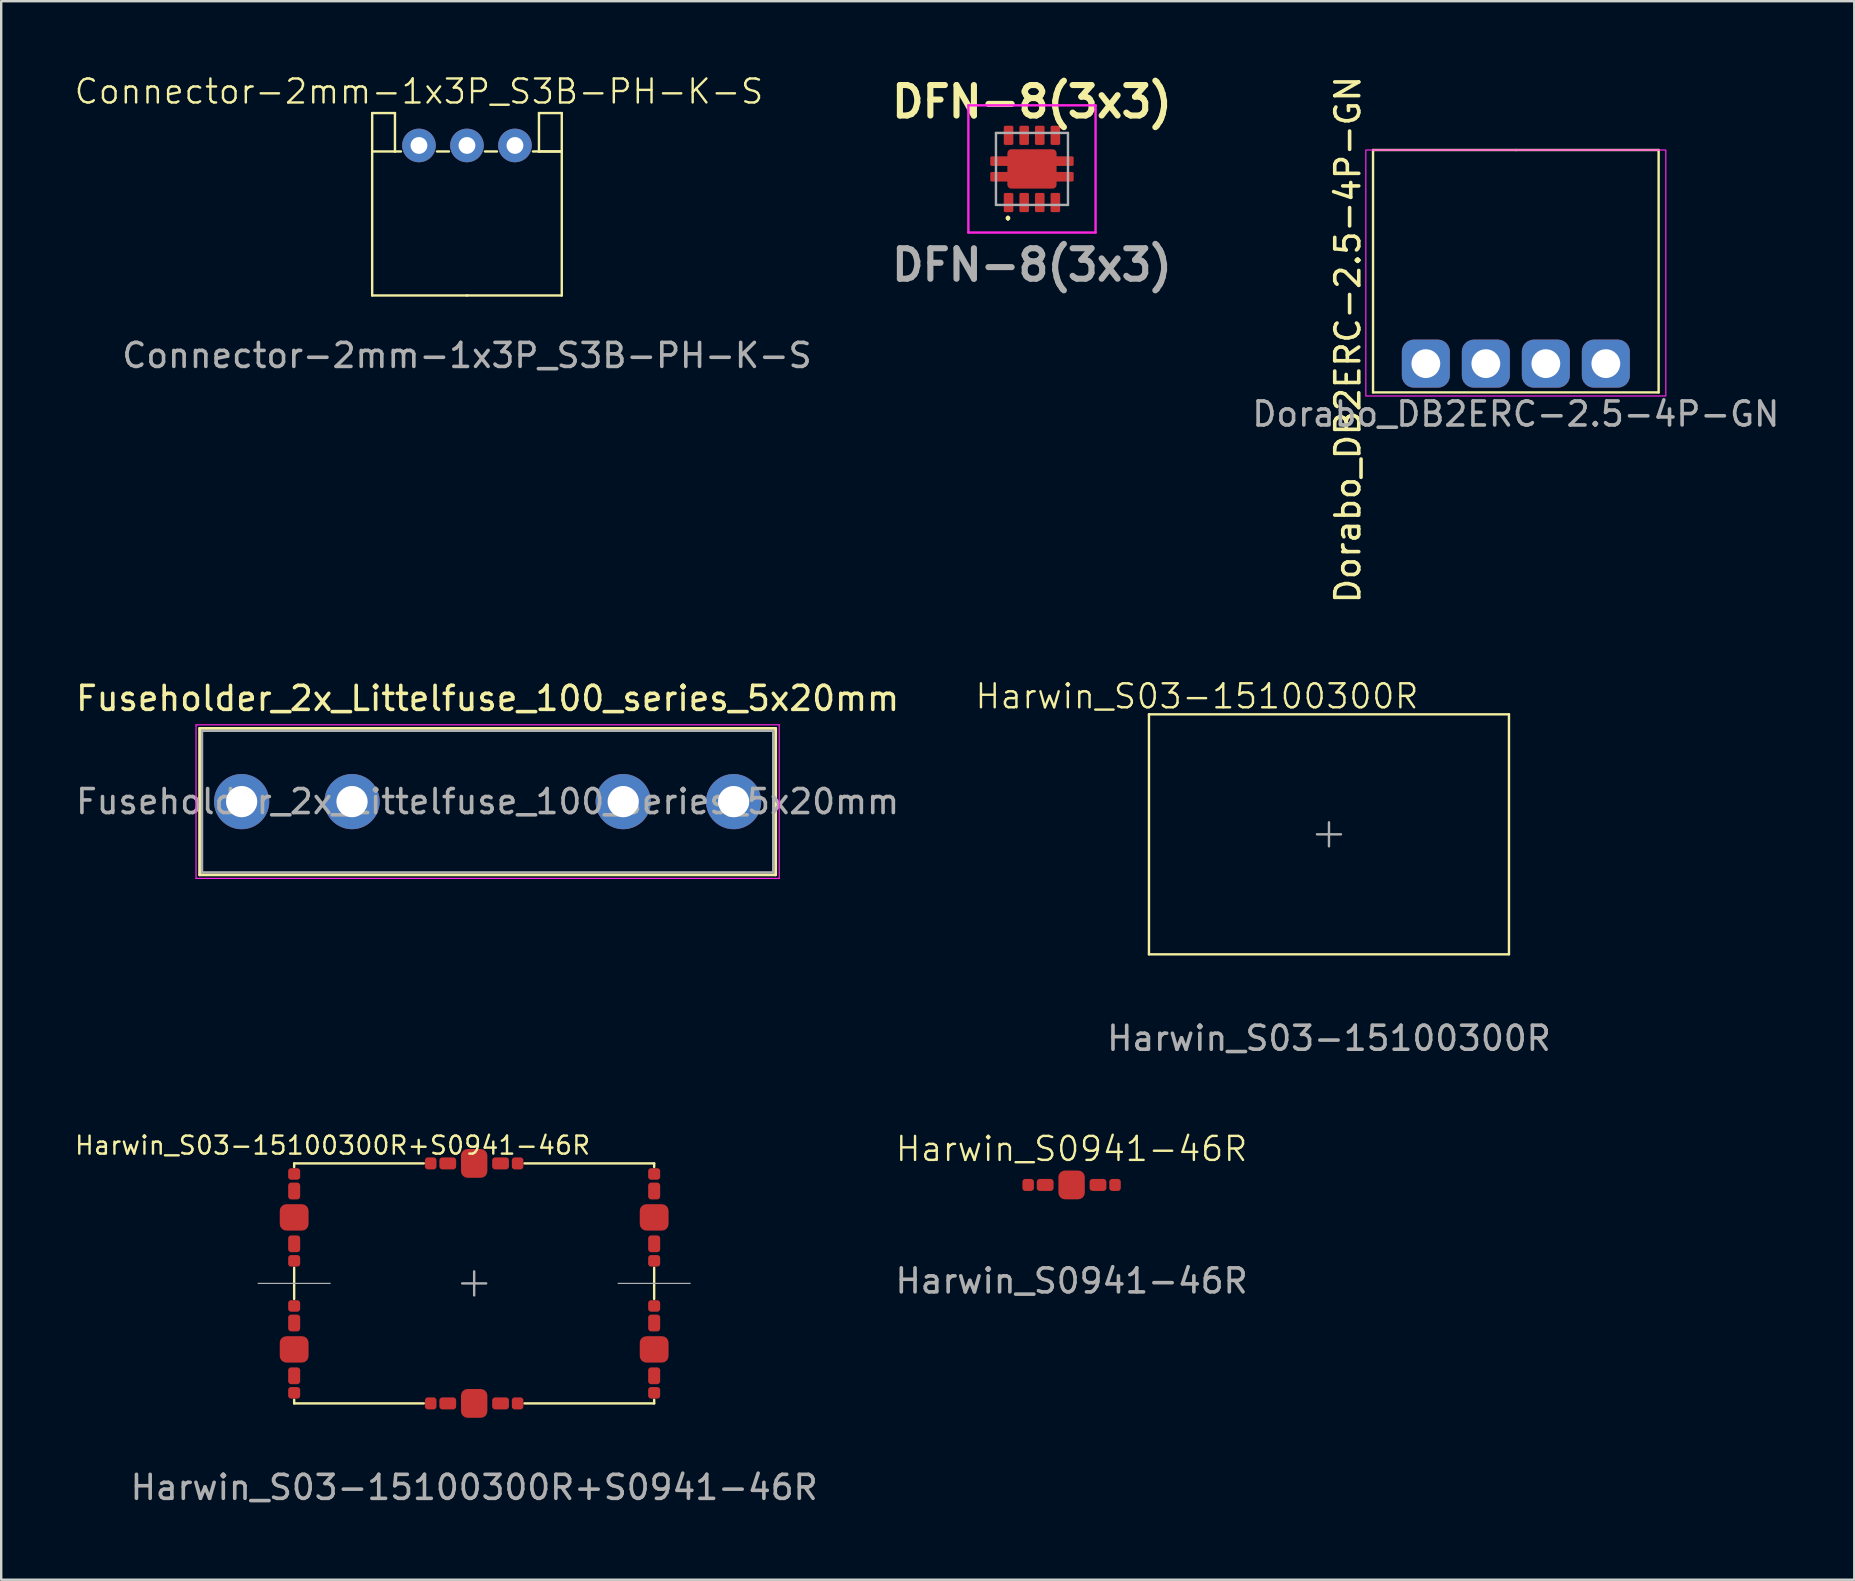
<source format=kicad_pcb>
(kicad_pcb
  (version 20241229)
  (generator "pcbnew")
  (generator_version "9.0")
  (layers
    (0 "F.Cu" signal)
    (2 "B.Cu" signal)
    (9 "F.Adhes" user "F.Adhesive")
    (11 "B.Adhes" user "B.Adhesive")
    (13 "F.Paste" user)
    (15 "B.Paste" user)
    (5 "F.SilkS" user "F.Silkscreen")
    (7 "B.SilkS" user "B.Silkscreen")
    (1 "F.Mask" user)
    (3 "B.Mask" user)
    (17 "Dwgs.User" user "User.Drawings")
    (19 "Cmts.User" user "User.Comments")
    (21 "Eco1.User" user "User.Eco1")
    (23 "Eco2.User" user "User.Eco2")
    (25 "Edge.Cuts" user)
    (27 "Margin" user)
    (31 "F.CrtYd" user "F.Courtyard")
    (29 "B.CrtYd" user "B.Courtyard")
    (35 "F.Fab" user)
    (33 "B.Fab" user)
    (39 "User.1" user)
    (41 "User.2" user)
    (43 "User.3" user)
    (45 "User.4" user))
  (footprint "Harwin_S0941-46R"
    (layer "F.Cu")
    (at 41.6 46.322)
    (property "Reference" "Harwin_S0941-46R" (at 0 -1.5 0) (unlocked yes) (layer "F.SilkS") (effects (font (size 1 1) (thickness 0.1))))
    (attr smd)
    (fp_text user "${REFERENCE}" (at 0 4 0) (unlocked yes) (layer "F.Fab") (effects (font (size 1 1) (thickness 0.15))))
    (pad "1" smd roundrect (at -1.81 0) (size 0.48 0.5) (layers "F.Cu" "F.Mask" "F.Paste") (roundrect_rratio 0.25))
    (pad "1" smd roundrect (at -1.1 0) (size 0.7 0.5) (layers "F.Cu" "F.Mask" "F.Paste") (roundrect_rratio 0.25))
    (pad "1" smd roundrect (at 0 0 90) (size 1.2 1.1) (layers "F.Cu" "F.Mask" "F.Paste") (roundrect_rratio 0.25))
    (pad "1" smd roundrect (at 1.1 0) (size 0.7 0.5) (layers "F.Cu" "F.Mask" "F.Paste") (roundrect_rratio 0.25))
    (pad "1" smd roundrect (at 1.81 0) (size 0.48 0.5) (layers "F.Cu" "F.Mask" "F.Paste") (roundrect_rratio 0.25)))
  (footprint "Harwin_S03-15100300R"
    (layer "F.Cu")
    (at 52.324 31.713)
    (property "Reference" "Harwin_S03-15100300R" (at -5.5 -5.75 0) (unlocked yes) (layer "F.SilkS") (effects (font (size 1 1) (thickness 0.1))))
    (attr smd)
    (fp_line (start -7.5 -5) (end -7.5 5) (stroke (width 0.1) (type default)) (layer "F.SilkS"))
    (fp_line (start -7.5 -5) (end 7.5 -5) (stroke (width 0.1) (type default)) (layer "F.SilkS"))
    (fp_line (start -7.5 5) (end 7.5 5) (stroke (width 0.1) (type default)) (layer "F.SilkS"))
    (fp_line (start 7.5 -5) (end 7.5 5) (stroke (width 0.1) (type default)) (layer "F.SilkS"))
    (fp_line (start -0.5 0) (end 0.5 0) (stroke (width 0.1) (type default)) (layer "F.Fab"))
    (fp_line (start 0 -0.5) (end 0 0.5) (stroke (width 0.1) (type default)) (layer "F.Fab"))
    (fp_text user "${REFERENCE}" (at 0 8.5 0) (unlocked yes) (layer "F.Fab") (effects (font (size 1 1) (thickness 0.15)))))
  (footprint "Fuseholder_2x_Littelfuse_100_series_5x20mm"
    (layer "F.Cu")
    (at 7.018 30.351)
    (property "Reference" "Fuseholder_2x_Littelfuse_100_series_5x20mm" (at 10.25 -4.3 0) (unlocked yes) (layer "F.SilkS") (effects (font (size 1 1) (thickness 0.15))))
    (attr through_hole)
    (fp_line (start -1.75 -3.05) (end 22.25 -3.05) (stroke (width 0.12) (type solid)) (layer "F.SilkS"))
    (fp_line (start -1.75 3.05) (end -1.75 -3.05) (stroke (width 0.12) (type solid)) (layer "F.SilkS"))
    (fp_line (start 22.25 -3.05) (end 22.25 3.05) (stroke (width 0.12) (type solid)) (layer "F.SilkS"))
    (fp_line (start 22.25 3.05) (end -1.75 3.05) (stroke (width 0.12) (type solid)) (layer "F.SilkS"))
    (fp_line (start -1.9 -3.2) (end 22.4 -3.2) (stroke (width 0.05) (type solid)) (layer "F.CrtYd"))
    (fp_line (start -1.9 3.2) (end -1.9 -3.2) (stroke (width 0.05) (type solid)) (layer "F.CrtYd"))
    (fp_line (start 22.4 -3.2) (end 22.4 3.2) (stroke (width 0.05) (type solid)) (layer "F.CrtYd"))
    (fp_line (start 22.4 3.2) (end -1.9 3.2) (stroke (width 0.05) (type solid)) (layer "F.CrtYd"))
    (fp_line (start -1.65 -2.95) (end 22.15 -2.95) (stroke (width 0.1) (type solid)) (layer "F.Fab"))
    (fp_line (start -1.65 2.95) (end -1.65 -2.95) (stroke (width 0.1) (type solid)) (layer "F.Fab"))
    (fp_line (start 22.15 -2.95) (end 22.15 2.95) (stroke (width 0.1) (type solid)) (layer "F.Fab"))
    (fp_line (start 22.15 2.95) (end -1.65 2.95) (stroke (width 0.1) (type solid)) (layer "F.Fab"))
    (fp_text user "${REFERENCE}" (at 10.25 0 0) (unlocked yes) (layer "F.Fab") (effects (font (size 1 1) (thickness 0.15))))
    (pad "1" thru_hole circle (at 0 0) (size 2.3 2.3) (drill 1.3) (layers "*.Cu" "*.Mask"))
    (pad "1" thru_hole circle (at 4.6 0) (size 2.3 2.3) (drill 1.3) (layers "*.Cu" "*.Mask"))
    (pad "2" thru_hole circle (at 15.9 0) (size 2.3 2.3) (drill 1.3) (layers "*.Cu" "*.Mask"))
    (pad "2" thru_hole circle (at 20.5 0) (size 2.3 2.3) (drill 1.3) (layers "*.Cu" "*.Mask")))
  (footprint "DFN-8(3x3)"
    (layer "F.Cu")
    (at 39.949 3.989)
    (property "Reference" "DFN-8(3x3)" (at 0 -2.8 0) (layer "F.SilkS") (effects (font (size 1.27 1.27) (thickness 0.254))))
    (attr smd)
    (fp_line (start -1 2) (end -1 2) (stroke (width 0.1) (type solid)) (layer "F.SilkS"))
    (fp_line (start -1 2.1) (end -1 2.1) (stroke (width 0.1) (type solid)) (layer "F.SilkS"))
    (fp_arc (start -1 2) (mid -0.95 2.05) (end -1 2.1) (stroke (width 0.1) (type solid)) (layer "F.SilkS"))
    (fp_arc (start -1 2.1) (mid -1.05 2.05) (end -1 2) (stroke (width 0.1) (type solid)) (layer "F.SilkS"))
    (fp_rect (start -0.825 -0.7) (end -0.125 -0.15) (stroke (width 0.1) (type solid)) (fill yes) (layer "F.Paste"))
    (fp_rect (start -0.825 0.15) (end -0.125 0.7) (stroke (width 0.1) (type solid)) (fill yes) (layer "F.Paste"))
    (fp_rect (start 0.125 -0.7) (end 0.825 -0.15) (stroke (width 0.1) (type solid)) (fill yes) (layer "F.Paste"))
    (fp_rect (start 0.125 0.15) (end 0.825 0.7) (stroke (width 0.1) (type solid)) (fill yes) (layer "F.Paste"))
    (fp_line (start -2.65 -2.65) (end 2.65 -2.65) (stroke (width 0.1) (type solid)) (layer "F.CrtYd"))
    (fp_line (start -2.65 2.65) (end -2.65 -2.65) (stroke (width 0.1) (type solid)) (layer "F.CrtYd"))
    (fp_line (start 2.65 -2.65) (end 2.65 2.65) (stroke (width 0.1) (type solid)) (layer "F.CrtYd"))
    (fp_line (start 2.65 2.65) (end -2.65 2.65) (stroke (width 0.1) (type solid)) (layer "F.CrtYd"))
    (fp_line (start -1.5 -1.5) (end 1.5 -1.5) (stroke (width 0.1) (type solid)) (layer "F.Fab"))
    (fp_line (start -1.5 1.5) (end -1.5 -1.5) (stroke (width 0.1) (type solid)) (layer "F.Fab"))
    (fp_line (start 1.5 -1.5) (end 1.5 1.5) (stroke (width 0.1) (type solid)) (layer "F.Fab"))
    (fp_line (start 1.5 1.5) (end -1.5 1.5) (stroke (width 0.1) (type solid)) (layer "F.Fab"))
    (fp_text user "${REFERENCE}" (at 0 4 0) (layer "F.Fab") (effects (font (size 1.27 1.27) (thickness 0.254))))
    (pad "1" smd roundrect (at -0.975 1.4) (size 0.4 0.8) (layers "F.Cu" "F.Mask" "F.Paste") (roundrect_rratio 0.15))
    (pad "2" smd roundrect (at -0.325 1.4) (size 0.4 0.8) (layers "F.Cu" "F.Mask" "F.Paste") (roundrect_rratio 0.15))
    (pad "3" smd roundrect (at 0.325 1.4) (size 0.4 0.8) (layers "F.Cu" "F.Mask" "F.Paste") (roundrect_rratio 0.15))
    (pad "4" smd roundrect (at 0.975 1.4) (size 0.4 0.8) (layers "F.Cu" "F.Mask" "F.Paste") (roundrect_rratio 0.15))
    (pad "5" smd roundrect (at 0.975 -1.4) (size 0.4 0.8) (layers "F.Cu" "F.Mask" "F.Paste") (roundrect_rratio 0.15))
    (pad "6" smd roundrect (at 0.325 -1.4) (size 0.4 0.8) (layers "F.Cu" "F.Mask" "F.Paste") (roundrect_rratio 0.15))
    (pad "7" smd roundrect (at -0.325 -1.4) (size 0.4 0.8) (layers "F.Cu" "F.Mask" "F.Paste") (roundrect_rratio 0.15))
    (pad "8" smd roundrect (at -0.975 -1.4) (size 0.4 0.8) (layers "F.Cu" "F.Mask" "F.Paste") (roundrect_rratio 0.15))
    (pad "EP" smd roundrect (at -1.338 -0.325 90) (size 0.4 0.8) (layers "F.Cu" "F.Mask" "F.Paste") (roundrect_rratio 0.15))
    (pad "EP" smd roundrect (at -1.338 0.325 90) (size 0.4 0.8) (layers "F.Cu" "F.Mask" "F.Paste") (roundrect_rratio 0.15))
    (pad "EP" smd roundrect (at 0 0 90) (size 1.64 2.05) (layers "F.Cu" "F.Mask") (roundrect_rratio 0.1))
    (pad "EP" smd roundrect (at 1.338 -0.325 90) (size 0.4 0.8) (layers "F.Cu" "F.Mask" "F.Paste") (roundrect_rratio 0.15))
    (pad "EP" smd roundrect (at 1.338 0.325 90) (size 0.4 0.8) (layers "F.Cu" "F.Mask" "F.Paste") (roundrect_rratio 0.15)))
  (footprint "Dorabo_DB2ERC-2.5-4P-GN"
    (layer "F.Cu")
    (at 60.11 3.201)
    (property "Reference" "Dorabo_DB2ERC-2.5-4P-GN" (at -7 7.9 90) (unlocked yes) (layer "F.SilkS") (effects (font (size 1 1) (thickness 0.15))))
    (attr through_hole)
    (fp_line (start -5.95 0) (end -5.95 10.1) (stroke (width 0.1) (type default)) (layer "F.SilkS"))
    (fp_line (start -5.95 10.1) (end 5.95 10.1) (stroke (width 0.1) (type default)) (layer "F.SilkS"))
    (fp_line (start 0 0) (end -5.95 0) (stroke (width 0.1) (type default)) (layer "F.SilkS"))
    (fp_line (start 0 0) (end 5.95 0) (stroke (width 0.1) (type default)) (layer "F.SilkS"))
    (fp_line (start 5.95 0) (end 5.95 10.1) (stroke (width 0.1) (type default)) (layer "F.SilkS"))
    (fp_rect (start -6.25 0) (end 6.25 10.25) (stroke (width 0.05) (type default)) (fill no) (layer "F.CrtYd"))
    (fp_text user "${REFERENCE}" (at 0 11 0) (unlocked yes) (layer "F.Fab") (effects (font (size 1 1) (thickness 0.15))))
    (pad "1" thru_hole roundrect (at -3.75 8.9) (size 2 2) (drill 1.2) (layers "*.Cu" "*.Mask") (roundrect_rratio 0.25))
    (pad "2" thru_hole roundrect (at -1.25 8.9) (size 2 2) (drill 1.2) (layers "*.Cu" "*.Mask") (roundrect_rratio 0.25))
    (pad "3" thru_hole roundrect (at 1.25 8.9) (size 2 2) (drill 1.2) (layers "*.Cu" "*.Mask") (roundrect_rratio 0.25))
    (pad "4" thru_hole roundrect (at 3.75 8.9) (size 2 2) (drill 1.2) (layers "*.Cu" "*.Mask") (roundrect_rratio 0.25)))
  (footprint "Connector-2mm-1x3P_S3B-PH-K-S"
    (layer "F.Cu")
    (at 16.407 9.261)
    (property "Reference" "Connector-2mm-1x3P_S3B-PH-K-S" (at -2 -8.5 0) (unlocked yes) (layer "F.SilkS") (effects (font (size 1 1) (thickness 0.1))))
    (attr through_hole)
    (fp_line (start -3.95 -7.6) (end -3 -7.6) (stroke (width 0.1) (type default)) (layer "F.SilkS"))
    (fp_line (start -3.95 -6) (end -3.95 -7.6) (stroke (width 0.1) (type default)) (layer "F.SilkS"))
    (fp_line (start -3.95 0) (end -3.95 -6) (stroke (width 0.1) (type default)) (layer "F.SilkS"))
    (fp_line (start -3 -7.6) (end -3 -6) (stroke (width 0.1) (type default)) (layer "F.SilkS"))
    (fp_line (start -3 -6) (end -3.95 -6) (stroke (width 0.1) (type default)) (layer "F.SilkS"))
    (fp_line (start -3 -6) (end -2.75 -6) (stroke (width 0.1) (type default)) (layer "F.SilkS"))
    (fp_line (start -0.75 -6) (end -1.25 -6) (stroke (width 0.1) (type default)) (layer "F.SilkS"))
    (fp_line (start 0 0) (end -3.95 0) (stroke (width 0.1) (type default)) (layer "F.SilkS"))
    (fp_line (start 0 0) (end 3.95 0) (stroke (width 0.1) (type default)) (layer "F.SilkS"))
    (fp_line (start 1.25 -6) (end 0.75 -6) (stroke (width 0.1) (type default)) (layer "F.SilkS"))
    (fp_line (start 3 -7.6) (end 3.95 -7.6) (stroke (width 0.1) (type default)) (layer "F.SilkS"))
    (fp_line (start 3 -6) (end 2.75 -6) (stroke (width 0.1) (type default)) (layer "F.SilkS"))
    (fp_line (start 3 -6) (end 3 -7.6) (stroke (width 0.1) (type default)) (layer "F.SilkS"))
    (fp_line (start 3 -6) (end 3.95 -6) (stroke (width 0.1) (type default)) (layer "F.SilkS"))
    (fp_line (start 3.95 -6) (end 3 -6) (stroke (width 0.1) (type default)) (layer "F.SilkS"))
    (fp_line (start 3.95 -6) (end 3.95 -7.6) (stroke (width 0.1) (type default)) (layer "F.SilkS"))
    (fp_line (start 3.95 0) (end 3.95 -6) (stroke (width 0.1) (type default)) (layer "F.SilkS"))
    (fp_text user "${REFERENCE}" (at 0 2.5 0) (unlocked yes) (layer "F.Fab") (effects (font (size 1 1) (thickness 0.15))))
    (pad "1" thru_hole circle (at -2 -6.25) (size 1.4 1.4) (drill 0.7) (layers "*.Cu" "*.Mask"))
    (pad "2" thru_hole circle (at 0 -6.25) (size 1.4 1.4) (drill 0.7) (layers "*.Cu" "*.Mask"))
    (pad "3" thru_hole circle (at 2 -6.25) (size 1.4 1.4) (drill 0.7) (layers "*.Cu" "*.Mask")))
  (footprint "Harwin_S03-15100300R+S0941-46R"
    (layer "F.Cu")
    (at 16.707 50.425)
    (property "Reference" "Harwin_S03-15100300R+S0941-46R" (at -5.9 -5.75 0) (unlocked yes) (layer "F.SilkS") (effects (font (size 0.75 0.75) (thickness 0.1))))
    (attr smd)
    (fp_line (start -7.5 -5) (end -7.5 -4.85) (stroke (width 0.1) (type default)) (layer "F.SilkS"))
    (fp_line (start -7.5 -0.65) (end -7.5 0.65) (stroke (width 0.1) (type default)) (layer "F.SilkS"))
    (fp_line (start -7.5 5) (end -7.5 4.85) (stroke (width 0.1) (type default)) (layer "F.SilkS"))
    (fp_line (start -2.1 -5) (end -7.5 -5) (stroke (width 0.1) (type default)) (layer "F.SilkS"))
    (fp_line (start -2.1 5) (end -7.5 5) (stroke (width 0.1) (type default)) (layer "F.SilkS"))
    (fp_line (start 2.1 -5) (end 7.5 -5) (stroke (width 0.1) (type default)) (layer "F.SilkS"))
    (fp_line (start 7.5 -5) (end 7.5 -4.85) (stroke (width 0.1) (type default)) (layer "F.SilkS"))
    (fp_line (start 7.5 -0.65) (end 7.5 0.65) (stroke (width 0.1) (type default)) (layer "F.SilkS"))
    (fp_line (start 7.5 5) (end 2.1 5) (stroke (width 0.1) (type default)) (layer "F.SilkS"))
    (fp_line (start 7.5 5) (end 7.5 4.85) (stroke (width 0.1) (type default)) (layer "F.SilkS"))
    (fp_line (start -9 0) (end -6 0) (stroke (width 0.05) (type default)) (layer "F.Fab"))
    (fp_line (start -0.5 0) (end 0.5 0) (stroke (width 0.1) (type default)) (layer "F.Fab"))
    (fp_line (start 0 -0.5) (end 0 0.5) (stroke (width 0.1) (type default)) (layer "F.Fab"))
    (fp_line (start 6 0) (end 9 0) (stroke (width 0.05) (type default)) (layer "F.Fab"))
    (fp_line (start -7.5 -5) (end -7.5 5) (stroke (width 0.1) (type default)) (layer "User.1"))
    (fp_line (start -7.5 -5) (end 7.5 -5) (stroke (width 0.1) (type default)) (layer "User.1"))
    (fp_line (start -7.5 5) (end 7.5 5) (stroke (width 0.1) (type default)) (layer "User.1"))
    (fp_line (start 7.5 -5) (end 7.5 5) (stroke (width 0.1) (type default)) (layer "User.1"))
    (fp_text user "${REFERENCE}" (at 0 8.5 0) (unlocked yes) (layer "F.Fab") (effects (font (size 1 1) (thickness 0.15))))
    (pad "1" smd roundrect (at -7.5 -4.56 90) (size 0.48 0.5) (layers "F.Cu" "F.Mask" "F.Paste") (roundrect_rratio 0.25))
    (pad "1" smd roundrect (at -7.5 -3.85 90) (size 0.7 0.5) (layers "F.Cu" "F.Mask" "F.Paste") (roundrect_rratio 0.25))
    (pad "1" smd roundrect (at -7.5 -2.75 180) (size 1.2 1.1) (layers "F.Cu" "F.Mask" "F.Paste") (roundrect_rratio 0.25))
    (pad "1" smd roundrect (at -7.5 -1.65 90) (size 0.7 0.5) (layers "F.Cu" "F.Mask" "F.Paste") (roundrect_rratio 0.25))
    (pad "1" smd roundrect (at -7.5 -0.94 90) (size 0.48 0.5) (layers "F.Cu" "F.Mask" "F.Paste") (roundrect_rratio 0.25))
    (pad "1" smd roundrect (at -7.5 0.94 90) (size 0.48 0.5) (layers "F.Cu" "F.Mask" "F.Paste") (roundrect_rratio 0.25))
    (pad "1" smd roundrect (at -7.5 1.65 90) (size 0.7 0.5) (layers "F.Cu" "F.Mask" "F.Paste") (roundrect_rratio 0.25))
    (pad "1" smd roundrect (at -7.5 2.75 180) (size 1.2 1.1) (layers "F.Cu" "F.Mask" "F.Paste") (roundrect_rratio 0.25))
    (pad "1" smd roundrect (at -7.5 3.85 90) (size 0.7 0.5) (layers "F.Cu" "F.Mask" "F.Paste") (roundrect_rratio 0.25))
    (pad "1" smd roundrect (at -7.5 4.56 90) (size 0.48 0.5) (layers "F.Cu" "F.Mask" "F.Paste") (roundrect_rratio 0.25))
    (pad "1" smd roundrect (at -1.81 -5) (size 0.48 0.5) (layers "F.Cu" "F.Mask" "F.Paste") (roundrect_rratio 0.25))
    (pad "1" smd roundrect (at -1.81 5) (size 0.48 0.5) (layers "F.Cu" "F.Mask" "F.Paste") (roundrect_rratio 0.25))
    (pad "1" smd roundrect (at -1.1 -5) (size 0.7 0.5) (layers "F.Cu" "F.Mask" "F.Paste") (roundrect_rratio 0.25))
    (pad "1" smd roundrect (at -1.1 5) (size 0.7 0.5) (layers "F.Cu" "F.Mask" "F.Paste") (roundrect_rratio 0.25))
    (pad "1" smd roundrect (at 0 -5 90) (size 1.2 1.1) (layers "F.Cu" "F.Mask" "F.Paste") (roundrect_rratio 0.25))
    (pad "1" smd roundrect (at 0 5 90) (size 1.2 1.1) (layers "F.Cu" "F.Mask" "F.Paste") (roundrect_rratio 0.25))
    (pad "1" smd roundrect (at 1.1 -5) (size 0.7 0.5) (layers "F.Cu" "F.Mask" "F.Paste") (roundrect_rratio 0.25))
    (pad "1" smd roundrect (at 1.1 5) (size 0.7 0.5) (layers "F.Cu" "F.Mask" "F.Paste") (roundrect_rratio 0.25))
    (pad "1" smd roundrect (at 1.81 -5) (size 0.48 0.5) (layers "F.Cu" "F.Mask" "F.Paste") (roundrect_rratio 0.25))
    (pad "1" smd roundrect (at 1.81 5) (size 0.48 0.5) (layers "F.Cu" "F.Mask" "F.Paste") (roundrect_rratio 0.25))
    (pad "1" smd roundrect (at 7.5 -4.56 90) (size 0.48 0.5) (layers "F.Cu" "F.Mask" "F.Paste") (roundrect_rratio 0.25))
    (pad "1" smd roundrect (at 7.5 -3.85 90) (size 0.7 0.5) (layers "F.Cu" "F.Mask" "F.Paste") (roundrect_rratio 0.25))
    (pad "1" smd roundrect (at 7.5 -2.75 180) (size 1.2 1.1) (layers "F.Cu" "F.Mask" "F.Paste") (roundrect_rratio 0.25))
    (pad "1" smd roundrect (at 7.5 -1.65 90) (size 0.7 0.5) (layers "F.Cu" "F.Mask" "F.Paste") (roundrect_rratio 0.25))
    (pad "1" smd roundrect (at 7.5 -0.94 90) (size 0.48 0.5) (layers "F.Cu" "F.Mask" "F.Paste") (roundrect_rratio 0.25))
    (pad "1" smd roundrect (at 7.5 0.94 90) (size 0.48 0.5) (layers "F.Cu" "F.Mask" "F.Paste") (roundrect_rratio 0.25))
    (pad "1" smd roundrect (at 7.5 1.65 90) (size 0.7 0.5) (layers "F.Cu" "F.Mask" "F.Paste") (roundrect_rratio 0.25))
    (pad "1" smd roundrect (at 7.5 2.75 180) (size 1.2 1.1) (layers "F.Cu" "F.Mask" "F.Paste") (roundrect_rratio 0.25))
    (pad "1" smd roundrect (at 7.5 3.85 90) (size 0.7 0.5) (layers "F.Cu" "F.Mask" "F.Paste") (roundrect_rratio 0.25))
    (pad "1" smd roundrect (at 7.5 4.56 90) (size 0.48 0.5) (layers "F.Cu" "F.Mask" "F.Paste") (roundrect_rratio 0.25)))
  (gr_rect
    (start -3 -3)
    (end 74.211 62.774)
    (stroke (width 0.1) (type default))
    (fill no)
    (layer "Edge.Cuts")))
</source>
